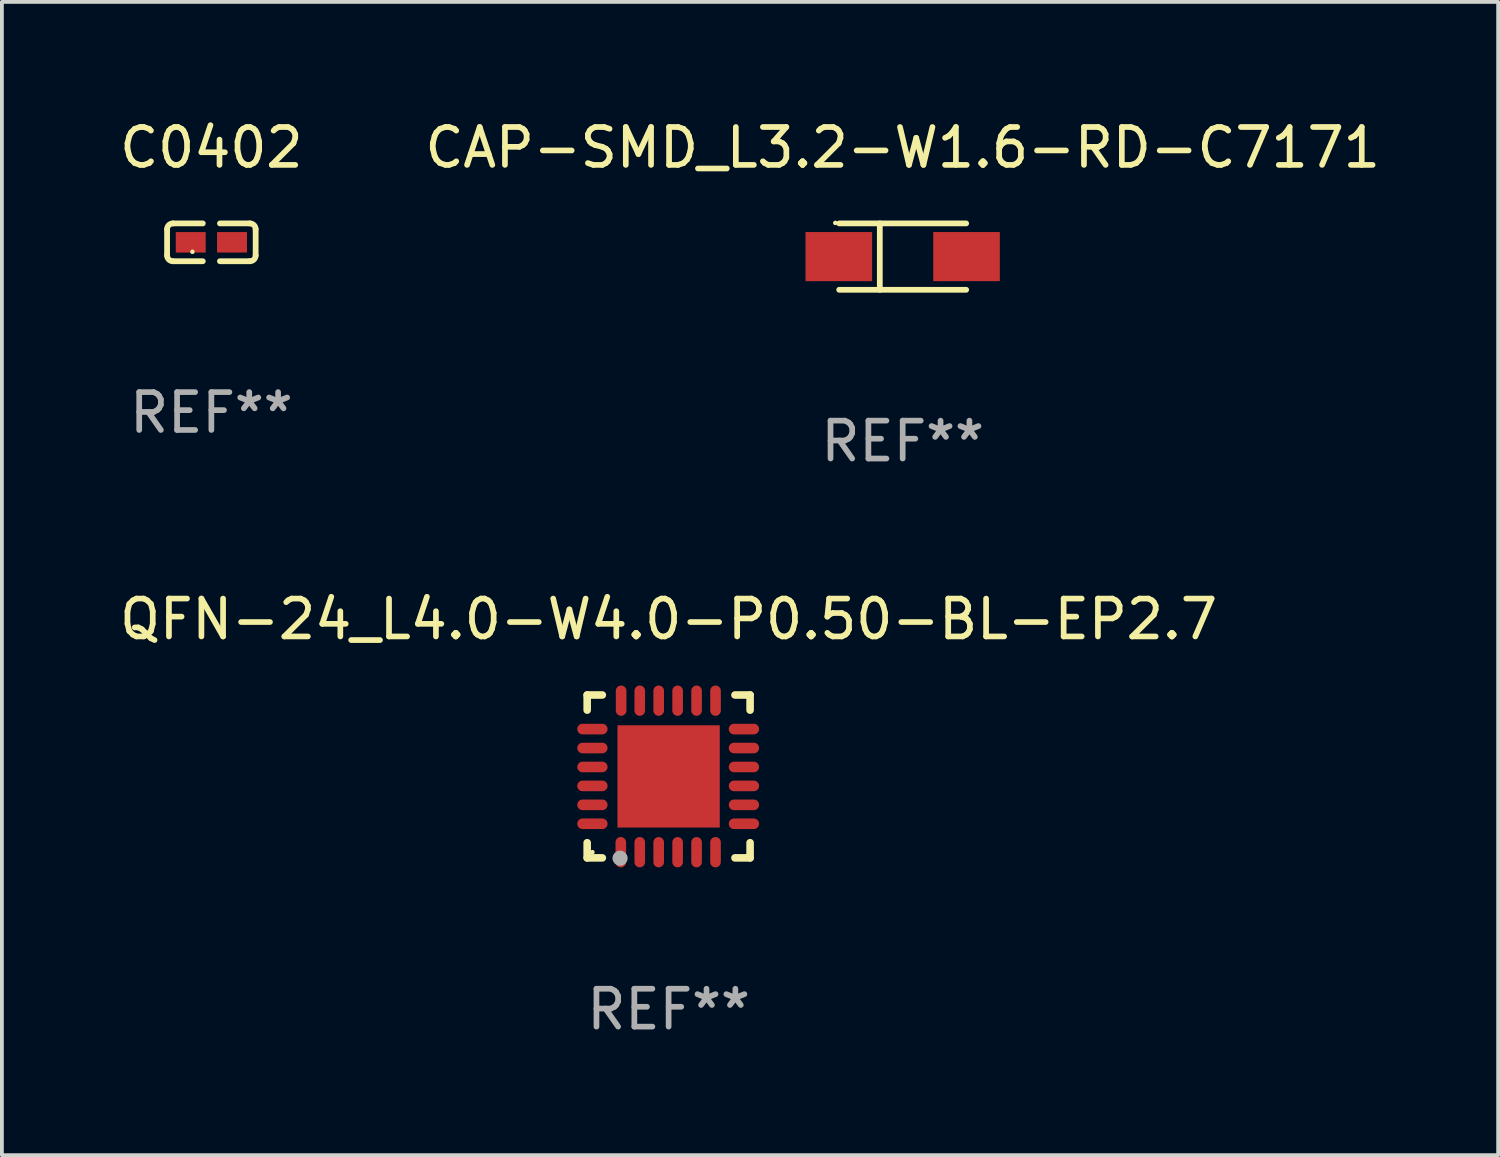
<source format=kicad_pcb>
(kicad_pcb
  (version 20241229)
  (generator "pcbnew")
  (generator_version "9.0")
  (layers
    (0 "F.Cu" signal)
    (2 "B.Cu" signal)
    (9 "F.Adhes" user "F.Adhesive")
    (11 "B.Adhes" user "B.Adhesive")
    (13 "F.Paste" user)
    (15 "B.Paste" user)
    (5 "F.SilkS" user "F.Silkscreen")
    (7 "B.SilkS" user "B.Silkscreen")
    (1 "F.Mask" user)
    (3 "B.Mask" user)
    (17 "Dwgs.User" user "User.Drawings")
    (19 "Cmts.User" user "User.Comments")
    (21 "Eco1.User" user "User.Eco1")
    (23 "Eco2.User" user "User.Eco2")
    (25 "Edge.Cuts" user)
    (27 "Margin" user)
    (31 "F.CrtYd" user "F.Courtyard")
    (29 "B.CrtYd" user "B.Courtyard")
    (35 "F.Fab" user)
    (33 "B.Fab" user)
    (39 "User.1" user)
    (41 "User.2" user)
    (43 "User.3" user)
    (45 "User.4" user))
  (footprint "CAP-SMD_L3.2-W1.6-RD-C7171"
    (layer "F.Cu")
    (at 20.78 3.724)
    (property "Reference" "CAP-SMD_L3.2-W1.6-RD-C7171" (at 0 -2.876 0) (layer "F.SilkS") (effects (font (size 1 1) (thickness 0.15))))
    (attr through_hole)
    (fp_line (start -0.604 0.876) (end -0.604 -0.876) (stroke (width 0.152) (type solid)) (layer "F.SilkS"))
    (fp_line (start 1.676 -0.876) (end -1.676 -0.876) (stroke (width 0.152) (type solid)) (layer "F.SilkS"))
    (fp_line (start 1.676 0.876) (end -1.676 0.876) (stroke (width 0.152) (type solid)) (layer "F.SilkS"))
    (fp_circle (center -1.778 -0.889) (end -1.748 -0.889) (stroke (width 0.06) (type solid)) (fill no) (layer "F.SilkS"))
    (fp_text user "REF**" (at 0 4.876 0) (layer "F.Fab") (effects (font (size 1 1) (thickness 0.15))))
    (pad "1" smd rect (at -1.686 0 180) (size 1.758 1.296) (layers "F.Cu" "F.Mask" "F.Paste"))
    (pad "2" smd rect (at 1.686 0 180) (size 1.758 1.296) (layers "F.Cu" "F.Mask" "F.Paste")))
  (footprint "C0402"
    (layer "F.Cu")
    (at 2.53 3.347)
    (property "Reference" "C0402" (at 0 -2.499 0) (layer "F.SilkS") (effects (font (size 1 1) (thickness 0.15))))
    (attr through_hole)
    (fp_line (start -1.169 0.346) (end -1.169 -0.346) (stroke (width 0.152) (type solid)) (layer "F.SilkS"))
    (fp_line (start -1.016 -0.499) (end -0.226 -0.499) (stroke (width 0.152) (type solid)) (layer "F.SilkS"))
    (fp_line (start -0.226 0.499) (end -1.016 0.499) (stroke (width 0.152) (type solid)) (layer "F.SilkS"))
    (fp_line (start 0.226 0.499) (end 1.016 0.499) (stroke (width 0.152) (type solid)) (layer "F.SilkS"))
    (fp_line (start 1.016 -0.499) (end 0.226 -0.499) (stroke (width 0.152) (type solid)) (layer "F.SilkS"))
    (fp_line (start 1.169 0.346) (end 1.169 -0.346) (stroke (width 0.152) (type solid)) (layer "F.SilkS"))
    (fp_arc (start -1.168707 -0.346203) (mid -1.12407 -0.453966) (end -1.016307 -0.498603) (stroke (width 0.1524) (type solid)) (layer "F.SilkS"))
    (fp_arc (start -1.016307 0.498603) (mid -1.12407 0.453966) (end -1.168707 0.346203) (stroke (width 0.1524) (type solid)) (layer "F.SilkS"))
    (fp_arc (start 1.016307 -0.498603) (mid 1.12407 -0.453966) (end 1.168707 -0.346203) (stroke (width 0.1524) (type solid)) (layer "F.SilkS"))
    (fp_arc (start 1.168707 0.346203) (mid 1.12407 0.453966) (end 1.016307 0.498603) (stroke (width 0.1524) (type solid)) (layer "F.SilkS"))
    (fp_circle (center -0.5 0.25) (end -0.47 0.25) (stroke (width 0.06) (type solid)) (fill no) (layer "F.SilkS"))
    (fp_text user "REF**" (at 0 4.499 0) (layer "F.Fab") (effects (font (size 1 1) (thickness 0.15))))
    (pad "1" smd rect (at -0.545 0) (size 0.79 0.54) (layers "F.Cu" "F.Mask" "F.Paste"))
    (pad "2" smd rect (at 0.545 0) (size 0.79 0.54) (layers "F.Cu" "F.Mask" "F.Paste")))
  (footprint "QFN-24_L4.0-W4.0-P0.50-BL-EP2.7"
    (layer "F.Cu")
    (at 14.589 17.447)
    (property "Reference" "QFN-24_L4.0-W4.0-P0.50-BL-EP2.7" (at 0.012 -4.15 0) (layer "F.SilkS") (effects (font (size 1 1) (thickness 0.15))))
    (attr through_hole)
    (fp_line (start -2.138 -2.15) (end -1.738 -2.15) (stroke (width 0.2) (type solid)) (layer "F.SilkS"))
    (fp_line (start -2.138 -1.75) (end -2.138 -2.15) (stroke (width 0.2) (type solid)) (layer "F.SilkS"))
    (fp_line (start -2.138 2.15) (end -2.138 1.75) (stroke (width 0.2) (type solid)) (layer "F.SilkS"))
    (fp_line (start -1.738 2.15) (end -2.138 2.15) (stroke (width 0.2) (type solid)) (layer "F.SilkS"))
    (fp_line (start 2.163 -2.15) (end 1.763 -2.15) (stroke (width 0.2) (type solid)) (layer "F.SilkS"))
    (fp_line (start 2.163 -1.75) (end 2.163 -2.15) (stroke (width 0.2) (type solid)) (layer "F.SilkS"))
    (fp_line (start 2.163 1.75) (end 2.163 2.15) (stroke (width 0.2) (type solid)) (layer "F.SilkS"))
    (fp_line (start 2.163 2.15) (end 1.763 2.15) (stroke (width 0.2) (type solid)) (layer "F.SilkS"))
    (fp_circle (center -2 2) (end -1.97 2) (stroke (width 0.06) (type solid)) (fill no) (layer "F.SilkS"))
    (fp_circle (center -1.27 2.159) (end -1.17 2.159) (stroke (width 0.2) (type solid)) (fill no) (layer "F.Fab"))
    (fp_text user "REF**" (at 0.012 6.15 0) (layer "F.Fab") (effects (font (size 1 1) (thickness 0.15))))
    (pad "1" smd oval (at -1.25 2) (size 0.28 0.8) (layers "F.Cu" "F.Mask" "F.Paste"))
    (pad "2" smd oval (at -0.75 2) (size 0.28 0.8) (layers "F.Cu" "F.Mask" "F.Paste"))
    (pad "3" smd oval (at -0.25 2) (size 0.28 0.8) (layers "F.Cu" "F.Mask" "F.Paste"))
    (pad "4" smd oval (at 0.25 2) (size 0.28 0.8) (layers "F.Cu" "F.Mask" "F.Paste"))
    (pad "5" smd oval (at 0.75 2) (size 0.28 0.8) (layers "F.Cu" "F.Mask" "F.Paste"))
    (pad "6" smd oval (at 1.25 2) (size 0.28 0.8) (layers "F.Cu" "F.Mask" "F.Paste"))
    (pad "7" smd oval (at 2 1.25) (size 0.8 0.28) (layers "F.Cu" "F.Mask" "F.Paste"))
    (pad "8" smd oval (at 2 0.75) (size 0.8 0.28) (layers "F.Cu" "F.Mask" "F.Paste"))
    (pad "9" smd oval (at 2 0.25) (size 0.8 0.28) (layers "F.Cu" "F.Mask" "F.Paste"))
    (pad "10" smd oval (at 2 -0.25) (size 0.8 0.28) (layers "F.Cu" "F.Mask" "F.Paste"))
    (pad "11" smd oval (at 2 -0.75) (size 0.8 0.28) (layers "F.Cu" "F.Mask" "F.Paste"))
    (pad "12" smd oval (at 2 -1.25) (size 0.8 0.28) (layers "F.Cu" "F.Mask" "F.Paste"))
    (pad "13" smd oval (at 1.25 -2) (size 0.28 0.8) (layers "F.Cu" "F.Mask" "F.Paste"))
    (pad "14" smd oval (at 0.75 -2) (size 0.28 0.8) (layers "F.Cu" "F.Mask" "F.Paste"))
    (pad "15" smd oval (at 0.25 -2) (size 0.28 0.8) (layers "F.Cu" "F.Mask" "F.Paste"))
    (pad "16" smd oval (at -0.25 -2) (size 0.28 0.8) (layers "F.Cu" "F.Mask" "F.Paste"))
    (pad "17" smd oval (at -0.75 -2) (size 0.28 0.8) (layers "F.Cu" "F.Mask" "F.Paste"))
    (pad "18" smd oval (at -1.242 -2) (size 0.28 0.8) (layers "F.Cu" "F.Mask" "F.Paste"))
    (pad "19" smd oval (at -2 -1.25) (size 0.8 0.28) (layers "F.Cu" "F.Mask" "F.Paste"))
    (pad "20" smd oval (at -2 -0.75) (size 0.8 0.28) (layers "F.Cu" "F.Mask" "F.Paste"))
    (pad "21" smd oval (at -2 -0.25) (size 0.8 0.28) (layers "F.Cu" "F.Mask" "F.Paste"))
    (pad "22" smd oval (at -2 0.25) (size 0.8 0.28) (layers "F.Cu" "F.Mask" "F.Paste"))
    (pad "23" smd oval (at -2 0.75) (size 0.8 0.28) (layers "F.Cu" "F.Mask" "F.Paste"))
    (pad "24" smd oval (at -2 1.25) (size 0.8 0.28) (layers "F.Cu" "F.Mask" "F.Paste"))
    (pad "25" smd rect (at 0.012 0) (size 2.7 2.7) (layers "F.Cu" "F.Mask" "F.Paste")))
  (gr_rect
    (start -3 -3)
    (end 36.5 27.446)
    (stroke (width 0.1) (type default))
    (fill no)
    (layer "Edge.Cuts")))
</source>
